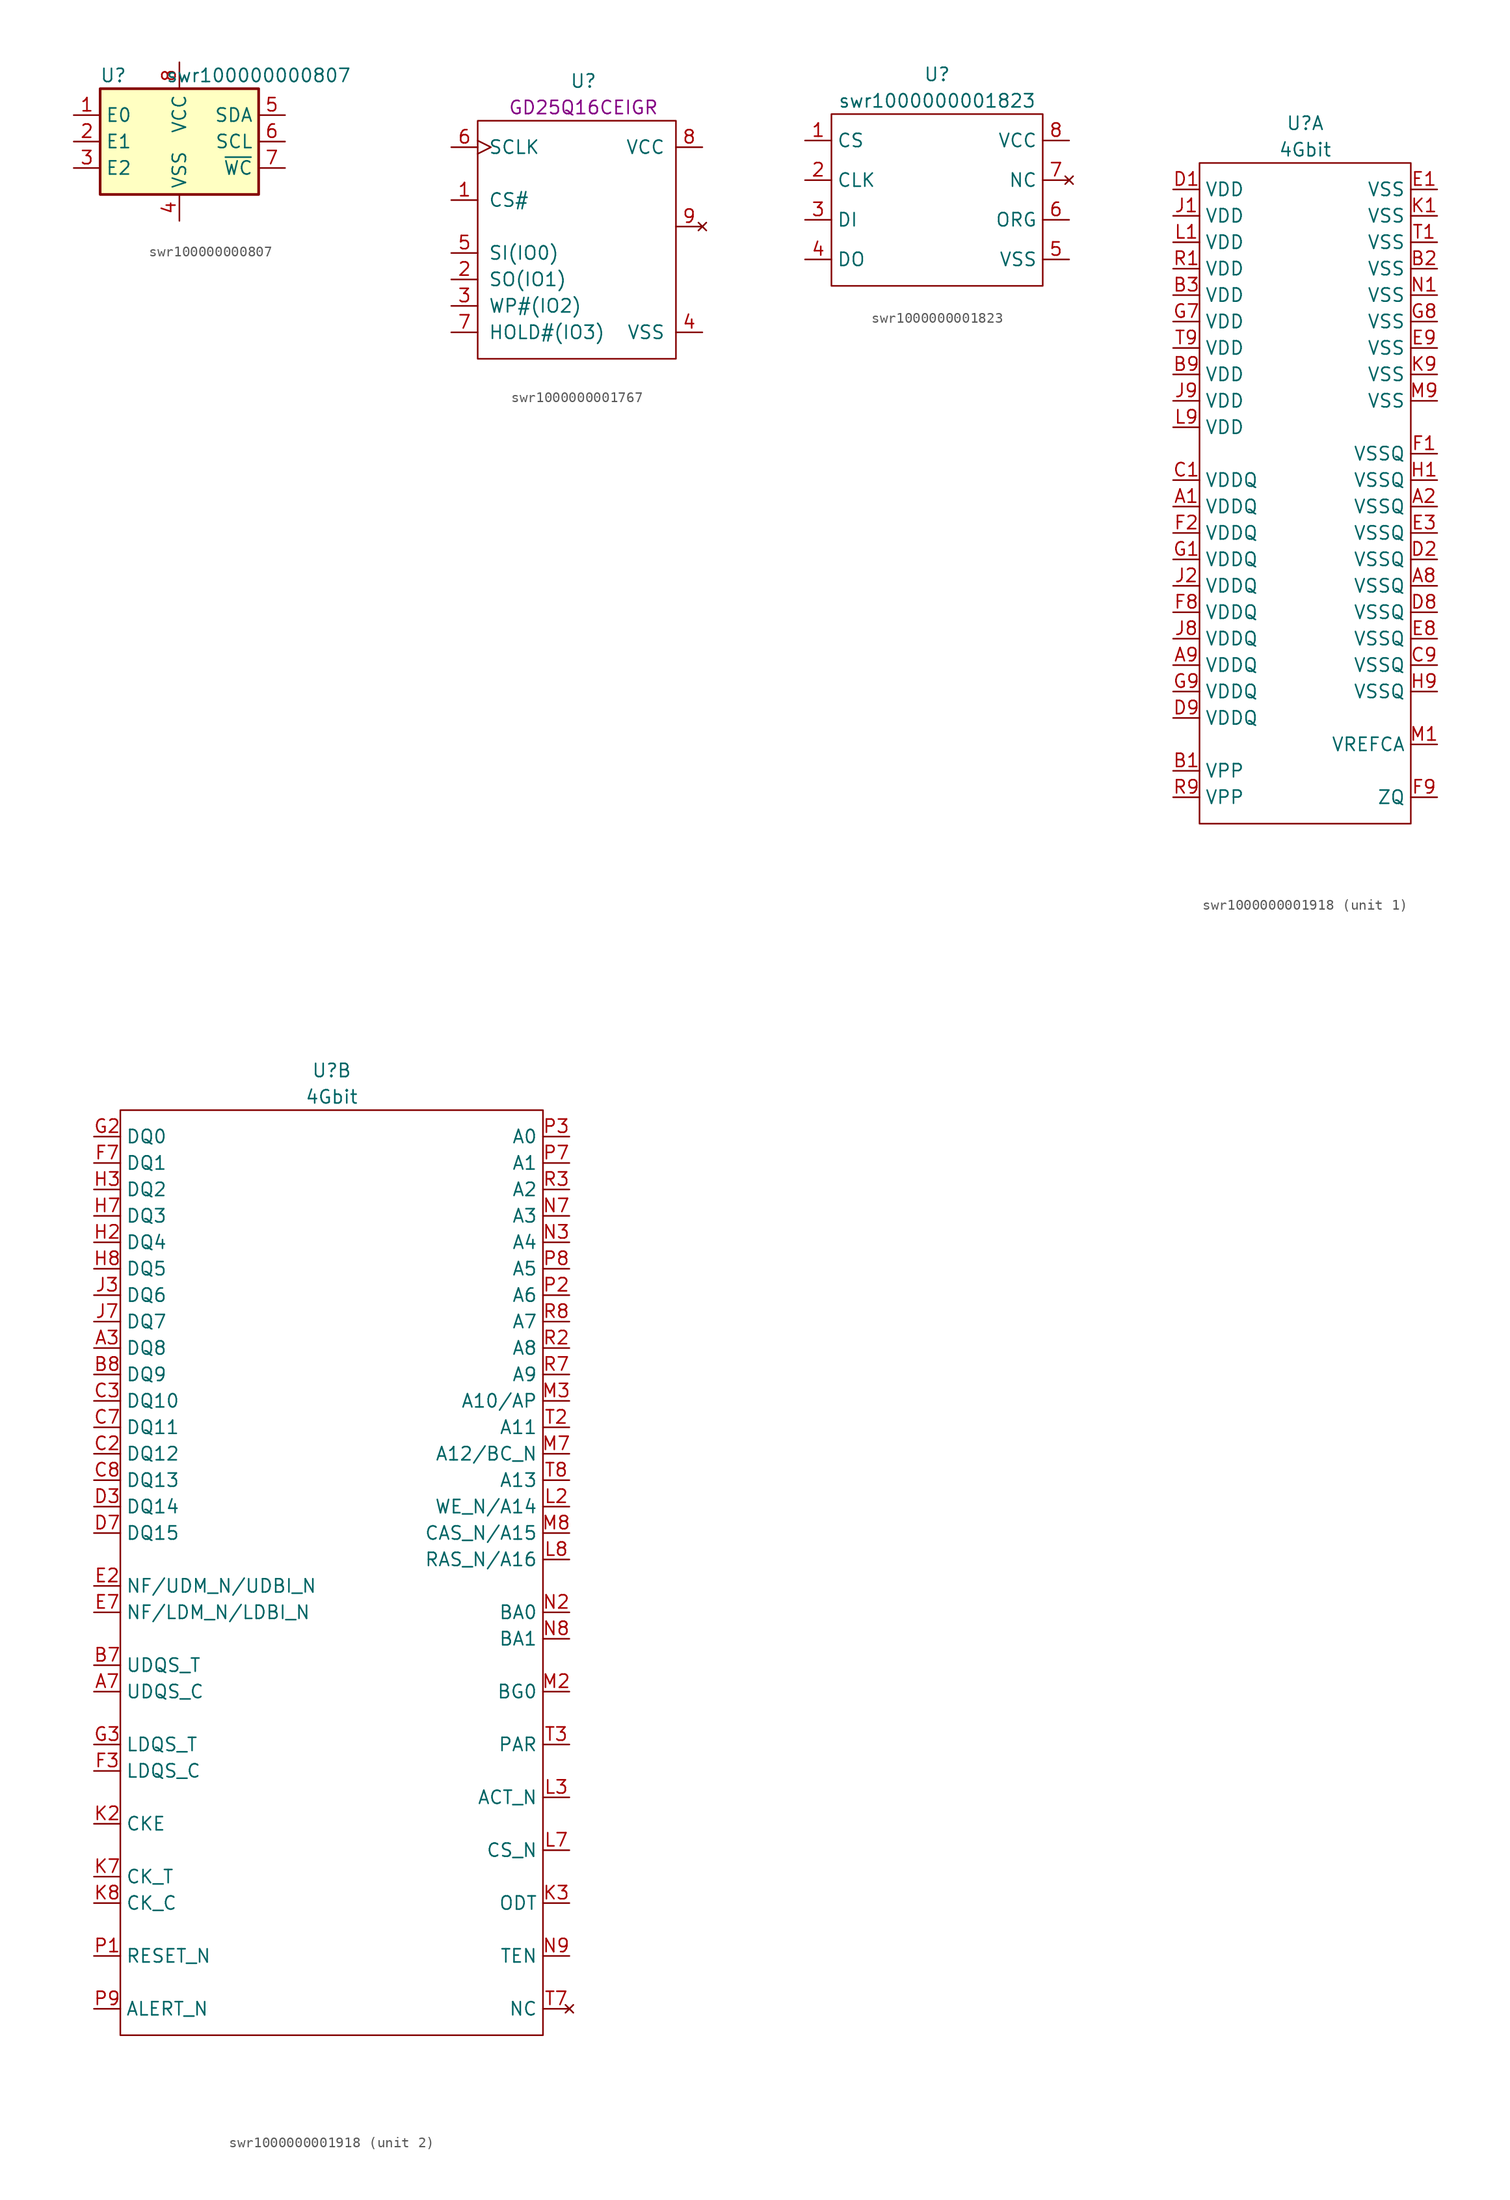
<source format=kicad_sym>
(kicad_symbol_lib
  (version 20220914)
  (generator kicad_symbol_editor)
  (symbol "swr100000000807"
    (property "Reference" "U"
      (at -6.35 6.35 0)
      (effects (font (size 1.27 1.27))))
    (property "Value" "swr100000000807"
      (at 7.62 6.35 0)
      (effects (font (size 1.27 1.27))))
    (symbol "swr100000000807_0_1"
      (rectangle (start -7.62 5.08) (end 7.62 -5.08) (stroke (width 0.254) (type default)) (fill (type background))))
    (symbol "swr100000000807_1_1"
      (pin input line (at -10.16 2.54 0) (length 2.54) (name "E0" (effects (font (size 1.27 1.27)))) (number "1" (effects (font (size 1.27 1.27)))))
      (pin input line (at -10.16 0 0) (length 2.54) (name "E1" (effects (font (size 1.27 1.27)))) (number "2" (effects (font (size 1.27 1.27)))))
      (pin input line (at -10.16 -2.54 0) (length 2.54) (name "E2" (effects (font (size 1.27 1.27)))) (number "3" (effects (font (size 1.27 1.27)))))
      (pin power_in line (at 0 -7.62 90) (length 2.54) (name "VSS" (effects (font (size 1.27 1.27)))) (number "4" (effects (font (size 1.27 1.27)))))
      (pin bidirectional line (at 10.16 2.54 180) (length 2.54) (name "SDA" (effects (font (size 1.27 1.27)))) (number "5" (effects (font (size 1.27 1.27)))))
      (pin input line (at 10.16 0 180) (length 2.54) (name "SCL" (effects (font (size 1.27 1.27)))) (number "6" (effects (font (size 1.27 1.27)))))
      (pin input line (at 10.16 -2.54 180) (length 2.54) (name "~{WC}" (effects (font (size 1.27 1.27)))) (number "7" (effects (font (size 1.27 1.27)))))
      (pin power_in line (at 0 7.62 270) (length 2.54) (name "VCC" (effects (font (size 1.27 1.27)))) (number "8" (effects (font (size 1.27 1.27)))))))
  (symbol "swr1000000001767"
    (pin_names
      (offset 1.016))
    (property "Reference" "U"
      (at 0 3.81 0)
      (effects (font (size 1.27 1.27))))
    (property "PartValue" "GD25Q16CEIGR"
      (at 0 1.27 0)
      (effects (font (size 1.27 1.27))))
    (symbol "swr1000000001767_0_0"
      (pin input line (at -12.7 -7.62 0) (length 2.54) (name "CS#" (effects (font (size 1.27 1.27)))) (number "1" (effects (font (size 1.27 1.27)))))
      (pin bidirectional line (at -12.7 -15.24 0) (length 2.54) (name "SO(IO1)" (effects (font (size 1.27 1.27)))) (number "2" (effects (font (size 1.27 1.27)))))
      (pin bidirectional line (at -12.7 -17.78 0) (length 2.54) (name "WP#(IO2)" (effects (font (size 1.27 1.27)))) (number "3" (effects (font (size 1.27 1.27)))))
      (pin power_in line (at 11.43 -20.32 180) (length 2.54) (name "VSS" (effects (font (size 1.27 1.27)))) (number "4" (effects (font (size 1.27 1.27)))))
      (pin bidirectional line (at -12.7 -12.7 0) (length 2.54) (name "SI(IO0)" (effects (font (size 1.27 1.27)))) (number "5" (effects (font (size 1.27 1.27)))))
      (pin input clock (at -12.7 -2.54 0) (length 2.54) (name "SCLK" (effects (font (size 1.27 1.27)))) (number "6" (effects (font (size 1.27 1.27)))))
      (pin bidirectional line (at -12.7 -20.32 0) (length 2.54) (name "HOLD#(IO3)" (effects (font (size 1.27 1.27)))) (number "7" (effects (font (size 1.27 1.27)))))
      (pin power_in line (at 11.43 -2.54 180) (length 2.54) (name "VCC" (effects (font (size 1.27 1.27)))) (number "8" (effects (font (size 1.27 1.27)))))
      (pin no_connect line (at 11.43 -10.16 180) (length 2.54) (name "~" (effects (font (size 1.27 1.27)))) (number "9" (effects (font (size 1.27 1.27))))))
    (symbol "swr1000000001767_0_1"
      (rectangle (start -10.16 0) (end 8.89 -22.86) (stroke (width 0) (type default)) (fill (type none)))))
  (symbol "swr1000000001823"
    (property "Reference" "U"
      (at 0 3.81 0)
      (effects (font (size 1.27 1.27))))
    (property "Value" "swr1000000001823"
      (at 0 1.27 0)
      (effects (font (size 1.27 1.27))))
    (symbol "swr1000000001823_0_0"
      (pin unspecified line (at -12.7 -2.54 0) (length 2.54) (name "CS" (effects (font (size 1.27 1.27)))) (number "1" (effects (font (size 1.27 1.27)))))
      (pin unspecified line (at -12.7 -6.35 0) (length 2.54) (name "CLK" (effects (font (size 1.27 1.27)))) (number "2" (effects (font (size 1.27 1.27)))))
      (pin unspecified line (at -12.7 -10.16 0) (length 2.54) (name "DI" (effects (font (size 1.27 1.27)))) (number "3" (effects (font (size 1.27 1.27)))))
      (pin unspecified line (at -12.7 -13.97 0) (length 2.54) (name "DO" (effects (font (size 1.27 1.27)))) (number "4" (effects (font (size 1.27 1.27)))))
      (pin unspecified line (at 12.7 -13.97 180) (length 2.54) (name "VSS" (effects (font (size 1.27 1.27)))) (number "5" (effects (font (size 1.27 1.27)))))
      (pin unspecified line (at 12.7 -10.16 180) (length 2.54) (name "ORG" (effects (font (size 1.27 1.27)))) (number "6" (effects (font (size 1.27 1.27)))))
      (pin no_connect line (at 12.7 -6.35 180) (length 2.54) (name "NC" (effects (font (size 1.27 1.27)))) (number "7" (effects (font (size 1.27 1.27)))))
      (pin unspecified line (at 12.7 -2.54 180) (length 2.54) (name "VCC" (effects (font (size 1.27 1.27)))) (number "8" (effects (font (size 1.27 1.27))))))
    (symbol "swr1000000001823_0_1"
      (rectangle (start -10.16 0) (end 10.16 -16.51) (stroke (width 0) (type default)) (fill (type none)))))
  (symbol "swr1000000001918"
    (property "Reference" "U"
      (at 0 3.81 0)
      (effects (font (size 1.27 1.27))))
    (property "Value" "4Gbit"
      (at 0 1.27 0)
      (effects (font (size 1.27 1.27))))
    (property "ki_locked" ""
      (at 0 0 0)
      (effects (font (size 1.27 1.27))))
    (symbol "swr1000000001918_1_1"
      (rectangle (start -10.16 0) (end 10.16 -63.5) (stroke (width 0) (type default)) (fill (type none)))
      (pin unspecified line (at -12.7 -33.02 0) (length 2.54) (name "VDDQ" (effects (font (size 1.27 1.27)))) (number "A1" (effects (font (size 1.27 1.27)))))
      (pin unspecified line (at 12.7 -33.02 180) (length 2.54) (name "VSSQ" (effects (font (size 1.27 1.27)))) (number "A2" (effects (font (size 1.27 1.27)))))
      (pin unspecified line (at 12.7 -40.64 180) (length 2.54) (name "VSSQ" (effects (font (size 1.27 1.27)))) (number "A8" (effects (font (size 1.27 1.27)))))
      (pin unspecified line (at -12.7 -48.26 0) (length 2.54) (name "VDDQ" (effects (font (size 1.27 1.27)))) (number "A9" (effects (font (size 1.27 1.27)))))
      (pin unspecified line (at -12.7 -58.42 0) (length 2.54) (name "VPP" (effects (font (size 1.27 1.27)))) (number "B1" (effects (font (size 1.27 1.27)))))
      (pin unspecified line (at 12.7 -10.16 180) (length 2.54) (name "VSS" (effects (font (size 1.27 1.27)))) (number "B2" (effects (font (size 1.27 1.27)))))
      (pin unspecified line (at -12.7 -12.7 0) (length 2.54) (name "VDD" (effects (font (size 1.27 1.27)))) (number "B3" (effects (font (size 1.27 1.27)))))
      (pin unspecified line (at -12.7 -20.32 0) (length 2.54) (name "VDD" (effects (font (size 1.27 1.27)))) (number "B9" (effects (font (size 1.27 1.27)))))
      (pin unspecified line (at -12.7 -30.48 0) (length 2.54) (name "VDDQ" (effects (font (size 1.27 1.27)))) (number "C1" (effects (font (size 1.27 1.27)))))
      (pin unspecified line (at 12.7 -48.26 180) (length 2.54) (name "VSSQ" (effects (font (size 1.27 1.27)))) (number "C9" (effects (font (size 1.27 1.27)))))
      (pin unspecified line (at -12.7 -2.54 0) (length 2.54) (name "VDD" (effects (font (size 1.27 1.27)))) (number "D1" (effects (font (size 1.27 1.27)))))
      (pin unspecified line (at 12.7 -38.1 180) (length 2.54) (name "VSSQ" (effects (font (size 1.27 1.27)))) (number "D2" (effects (font (size 1.27 1.27)))))
      (pin unspecified line (at 12.7 -43.18 180) (length 2.54) (name "VSSQ" (effects (font (size 1.27 1.27)))) (number "D8" (effects (font (size 1.27 1.27)))))
      (pin unspecified line (at -12.7 -53.34 0) (length 2.54) (name "VDDQ" (effects (font (size 1.27 1.27)))) (number "D9" (effects (font (size 1.27 1.27)))))
      (pin unspecified line (at 12.7 -2.54 180) (length 2.54) (name "VSS" (effects (font (size 1.27 1.27)))) (number "E1" (effects (font (size 1.27 1.27)))))
      (pin unspecified line (at 12.7 -35.56 180) (length 2.54) (name "VSSQ" (effects (font (size 1.27 1.27)))) (number "E3" (effects (font (size 1.27 1.27)))))
      (pin unspecified line (at 12.7 -45.72 180) (length 2.54) (name "VSSQ" (effects (font (size 1.27 1.27)))) (number "E8" (effects (font (size 1.27 1.27)))))
      (pin unspecified line (at 12.7 -17.78 180) (length 2.54) (name "VSS" (effects (font (size 1.27 1.27)))) (number "E9" (effects (font (size 1.27 1.27)))))
      (pin unspecified line (at 12.7 -27.94 180) (length 2.54) (name "VSSQ" (effects (font (size 1.27 1.27)))) (number "F1" (effects (font (size 1.27 1.27)))))
      (pin unspecified line (at -12.7 -35.56 0) (length 2.54) (name "VDDQ" (effects (font (size 1.27 1.27)))) (number "F2" (effects (font (size 1.27 1.27)))))
      (pin unspecified line (at -12.7 -43.18 0) (length 2.54) (name "VDDQ" (effects (font (size 1.27 1.27)))) (number "F8" (effects (font (size 1.27 1.27)))))
      (pin unspecified line (at 12.7 -60.96 180) (length 2.54) (name "ZQ" (effects (font (size 1.27 1.27)))) (number "F9" (effects (font (size 1.27 1.27)))))
      (pin unspecified line (at -12.7 -38.1 0) (length 2.54) (name "VDDQ" (effects (font (size 1.27 1.27)))) (number "G1" (effects (font (size 1.27 1.27)))))
      (pin unspecified line (at -12.7 -15.24 0) (length 2.54) (name "VDD" (effects (font (size 1.27 1.27)))) (number "G7" (effects (font (size 1.27 1.27)))))
      (pin unspecified line (at 12.7 -15.24 180) (length 2.54) (name "VSS" (effects (font (size 1.27 1.27)))) (number "G8" (effects (font (size 1.27 1.27)))))
      (pin unspecified line (at -12.7 -50.8 0) (length 2.54) (name "VDDQ" (effects (font (size 1.27 1.27)))) (number "G9" (effects (font (size 1.27 1.27)))))
      (pin unspecified line (at 12.7 -30.48 180) (length 2.54) (name "VSSQ" (effects (font (size 1.27 1.27)))) (number "H1" (effects (font (size 1.27 1.27)))))
      (pin unspecified line (at 12.7 -50.8 180) (length 2.54) (name "VSSQ" (effects (font (size 1.27 1.27)))) (number "H9" (effects (font (size 1.27 1.27)))))
      (pin unspecified line (at -12.7 -5.08 0) (length 2.54) (name "VDD" (effects (font (size 1.27 1.27)))) (number "J1" (effects (font (size 1.27 1.27)))))
      (pin unspecified line (at -12.7 -40.64 0) (length 2.54) (name "VDDQ" (effects (font (size 1.27 1.27)))) (number "J2" (effects (font (size 1.27 1.27)))))
      (pin unspecified line (at -12.7 -45.72 0) (length 2.54) (name "VDDQ" (effects (font (size 1.27 1.27)))) (number "J8" (effects (font (size 1.27 1.27)))))
      (pin unspecified line (at -12.7 -22.86 0) (length 2.54) (name "VDD" (effects (font (size 1.27 1.27)))) (number "J9" (effects (font (size 1.27 1.27)))))
      (pin unspecified line (at 12.7 -5.08 180) (length 2.54) (name "VSS" (effects (font (size 1.27 1.27)))) (number "K1" (effects (font (size 1.27 1.27)))))
      (pin unspecified line (at 12.7 -20.32 180) (length 2.54) (name "VSS" (effects (font (size 1.27 1.27)))) (number "K9" (effects (font (size 1.27 1.27)))))
      (pin unspecified line (at -12.7 -7.62 0) (length 2.54) (name "VDD" (effects (font (size 1.27 1.27)))) (number "L1" (effects (font (size 1.27 1.27)))))
      (pin unspecified line (at -12.7 -25.4 0) (length 2.54) (name "VDD" (effects (font (size 1.27 1.27)))) (number "L9" (effects (font (size 1.27 1.27)))))
      (pin unspecified line (at 12.7 -55.88 180) (length 2.54) (name "VREFCA" (effects (font (size 1.27 1.27)))) (number "M1" (effects (font (size 1.27 1.27)))))
      (pin unspecified line (at 12.7 -22.86 180) (length 2.54) (name "VSS" (effects (font (size 1.27 1.27)))) (number "M9" (effects (font (size 1.27 1.27)))))
      (pin unspecified line (at 12.7 -12.7 180) (length 2.54) (name "VSS" (effects (font (size 1.27 1.27)))) (number "N1" (effects (font (size 1.27 1.27)))))
      (pin unspecified line (at -12.7 -10.16 0) (length 2.54) (name "VDD" (effects (font (size 1.27 1.27)))) (number "R1" (effects (font (size 1.27 1.27)))))
      (pin unspecified line (at -12.7 -60.96 0) (length 2.54) (name "VPP" (effects (font (size 1.27 1.27)))) (number "R9" (effects (font (size 1.27 1.27)))))
      (pin unspecified line (at 12.7 -7.62 180) (length 2.54) (name "VSS" (effects (font (size 1.27 1.27)))) (number "T1" (effects (font (size 1.27 1.27)))))
      (pin unspecified line (at -12.7 -17.78 0) (length 2.54) (name "VDD" (effects (font (size 1.27 1.27)))) (number "T9" (effects (font (size 1.27 1.27))))))
    (symbol "swr1000000001918_2_1"
      (rectangle (start -20.32 0) (end 20.32 -88.9) (stroke (width 0) (type default)) (fill (type none)))
      (pin unspecified line (at -22.86 -22.86 0) (length 2.54) (name "DQ8" (effects (font (size 1.27 1.27)))) (number "A3" (effects (font (size 1.27 1.27)))))
      (pin unspecified line (at -22.86 -55.88 0) (length 2.54) (name "UDQS_C" (effects (font (size 1.27 1.27)))) (number "A7" (effects (font (size 1.27 1.27)))))
      (pin unspecified line (at -22.86 -53.34 0) (length 2.54) (name "UDQS_T" (effects (font (size 1.27 1.27)))) (number "B7" (effects (font (size 1.27 1.27)))))
      (pin unspecified line (at -22.86 -25.4 0) (length 2.54) (name "DQ9" (effects (font (size 1.27 1.27)))) (number "B8" (effects (font (size 1.27 1.27)))))
      (pin unspecified line (at -22.86 -33.02 0) (length 2.54) (name "DQ12" (effects (font (size 1.27 1.27)))) (number "C2" (effects (font (size 1.27 1.27)))))
      (pin unspecified line (at -22.86 -27.94 0) (length 2.54) (name "DQ10" (effects (font (size 1.27 1.27)))) (number "C3" (effects (font (size 1.27 1.27)))))
      (pin unspecified line (at -22.86 -30.48 0) (length 2.54) (name "DQ11" (effects (font (size 1.27 1.27)))) (number "C7" (effects (font (size 1.27 1.27)))))
      (pin unspecified line (at -22.86 -35.56 0) (length 2.54) (name "DQ13" (effects (font (size 1.27 1.27)))) (number "C8" (effects (font (size 1.27 1.27)))))
      (pin unspecified line (at -22.86 -38.1 0) (length 2.54) (name "DQ14" (effects (font (size 1.27 1.27)))) (number "D3" (effects (font (size 1.27 1.27)))))
      (pin unspecified line (at -22.86 -40.64 0) (length 2.54) (name "DQ15" (effects (font (size 1.27 1.27)))) (number "D7" (effects (font (size 1.27 1.27)))))
      (pin unspecified line (at -22.86 -45.72 0) (length 2.54) (name "NF/UDM_N/UDBI_N" (effects (font (size 1.27 1.27)))) (number "E2" (effects (font (size 1.27 1.27)))))
      (pin unspecified line (at -22.86 -48.26 0) (length 2.54) (name "NF/LDM_N/LDBI_N" (effects (font (size 1.27 1.27)))) (number "E7" (effects (font (size 1.27 1.27)))))
      (pin unspecified line (at -22.86 -63.5 0) (length 2.54) (name "LDQS_C" (effects (font (size 1.27 1.27)))) (number "F3" (effects (font (size 1.27 1.27)))))
      (pin unspecified line (at -22.86 -5.08 0) (length 2.54) (name "DQ1" (effects (font (size 1.27 1.27)))) (number "F7" (effects (font (size 1.27 1.27)))))
      (pin unspecified line (at -22.86 -2.54 0) (length 2.54) (name "DQ0" (effects (font (size 1.27 1.27)))) (number "G2" (effects (font (size 1.27 1.27)))))
      (pin unspecified line (at -22.86 -60.96 0) (length 2.54) (name "LDQS_T" (effects (font (size 1.27 1.27)))) (number "G3" (effects (font (size 1.27 1.27)))))
      (pin unspecified line (at -22.86 -12.7 0) (length 2.54) (name "DQ4" (effects (font (size 1.27 1.27)))) (number "H2" (effects (font (size 1.27 1.27)))))
      (pin unspecified line (at -22.86 -7.62 0) (length 2.54) (name "DQ2" (effects (font (size 1.27 1.27)))) (number "H3" (effects (font (size 1.27 1.27)))))
      (pin unspecified line (at -22.86 -10.16 0) (length 2.54) (name "DQ3" (effects (font (size 1.27 1.27)))) (number "H7" (effects (font (size 1.27 1.27)))))
      (pin unspecified line (at -22.86 -15.24 0) (length 2.54) (name "DQ5" (effects (font (size 1.27 1.27)))) (number "H8" (effects (font (size 1.27 1.27)))))
      (pin unspecified line (at -22.86 -17.78 0) (length 2.54) (name "DQ6" (effects (font (size 1.27 1.27)))) (number "J3" (effects (font (size 1.27 1.27)))))
      (pin unspecified line (at -22.86 -20.32 0) (length 2.54) (name "DQ7" (effects (font (size 1.27 1.27)))) (number "J7" (effects (font (size 1.27 1.27)))))
      (pin unspecified line (at -22.86 -68.58 0) (length 2.54) (name "CKE" (effects (font (size 1.27 1.27)))) (number "K2" (effects (font (size 1.27 1.27)))))
      (pin unspecified line (at 22.86 -76.2 180) (length 2.54) (name "ODT" (effects (font (size 1.27 1.27)))) (number "K3" (effects (font (size 1.27 1.27)))))
      (pin unspecified line (at -22.86 -73.66 0) (length 2.54) (name "CK_T" (effects (font (size 1.27 1.27)))) (number "K7" (effects (font (size 1.27 1.27)))))
      (pin unspecified line (at -22.86 -76.2 0) (length 2.54) (name "CK_C" (effects (font (size 1.27 1.27)))) (number "K8" (effects (font (size 1.27 1.27)))))
      (pin unspecified line (at 22.86 -38.1 180) (length 2.54) (name "WE_N/A14" (effects (font (size 1.27 1.27)))) (number "L2" (effects (font (size 1.27 1.27)))))
      (pin unspecified line (at 22.86 -66.04 180) (length 2.54) (name "ACT_N" (effects (font (size 1.27 1.27)))) (number "L3" (effects (font (size 1.27 1.27)))))
      (pin unspecified line (at 22.86 -71.12 180) (length 2.54) (name "CS_N" (effects (font (size 1.27 1.27)))) (number "L7" (effects (font (size 1.27 1.27)))))
      (pin unspecified line (at 22.86 -43.18 180) (length 2.54) (name "RAS_N/A16" (effects (font (size 1.27 1.27)))) (number "L8" (effects (font (size 1.27 1.27)))))
      (pin unspecified line (at 22.86 -55.88 180) (length 2.54) (name "BG0" (effects (font (size 1.27 1.27)))) (number "M2" (effects (font (size 1.27 1.27)))))
      (pin unspecified line (at 22.86 -27.94 180) (length 2.54) (name "A10/AP" (effects (font (size 1.27 1.27)))) (number "M3" (effects (font (size 1.27 1.27)))))
      (pin unspecified line (at 22.86 -33.02 180) (length 2.54) (name "A12/BC_N" (effects (font (size 1.27 1.27)))) (number "M7" (effects (font (size 1.27 1.27)))))
      (pin unspecified line (at 22.86 -40.64 180) (length 2.54) (name "CAS_N/A15" (effects (font (size 1.27 1.27)))) (number "M8" (effects (font (size 1.27 1.27)))))
      (pin unspecified line (at 22.86 -48.26 180) (length 2.54) (name "BA0" (effects (font (size 1.27 1.27)))) (number "N2" (effects (font (size 1.27 1.27)))))
      (pin unspecified line (at 22.86 -12.7 180) (length 2.54) (name "A4" (effects (font (size 1.27 1.27)))) (number "N3" (effects (font (size 1.27 1.27)))))
      (pin unspecified line (at 22.86 -10.16 180) (length 2.54) (name "A3" (effects (font (size 1.27 1.27)))) (number "N7" (effects (font (size 1.27 1.27)))))
      (pin unspecified line (at 22.86 -50.8 180) (length 2.54) (name "BA1" (effects (font (size 1.27 1.27)))) (number "N8" (effects (font (size 1.27 1.27)))))
      (pin unspecified line (at 22.86 -81.28 180) (length 2.54) (name "TEN" (effects (font (size 1.27 1.27)))) (number "N9" (effects (font (size 1.27 1.27)))))
      (pin unspecified line (at -22.86 -81.28 0) (length 2.54) (name "RESET_N" (effects (font (size 1.27 1.27)))) (number "P1" (effects (font (size 1.27 1.27)))))
      (pin unspecified line (at 22.86 -17.78 180) (length 2.54) (name "A6" (effects (font (size 1.27 1.27)))) (number "P2" (effects (font (size 1.27 1.27)))))
      (pin unspecified line (at 22.86 -2.54 180) (length 2.54) (name "A0" (effects (font (size 1.27 1.27)))) (number "P3" (effects (font (size 1.27 1.27)))))
      (pin unspecified line (at 22.86 -5.08 180) (length 2.54) (name "A1" (effects (font (size 1.27 1.27)))) (number "P7" (effects (font (size 1.27 1.27)))))
      (pin unspecified line (at 22.86 -15.24 180) (length 2.54) (name "A5" (effects (font (size 1.27 1.27)))) (number "P8" (effects (font (size 1.27 1.27)))))
      (pin unspecified line (at -22.86 -86.36 0) (length 2.54) (name "ALERT_N" (effects (font (size 1.27 1.27)))) (number "P9" (effects (font (size 1.27 1.27)))))
      (pin unspecified line (at 22.86 -22.86 180) (length 2.54) (name "A8" (effects (font (size 1.27 1.27)))) (number "R2" (effects (font (size 1.27 1.27)))))
      (pin unspecified line (at 22.86 -7.62 180) (length 2.54) (name "A2" (effects (font (size 1.27 1.27)))) (number "R3" (effects (font (size 1.27 1.27)))))
      (pin unspecified line (at 22.86 -25.4 180) (length 2.54) (name "A9" (effects (font (size 1.27 1.27)))) (number "R7" (effects (font (size 1.27 1.27)))))
      (pin unspecified line (at 22.86 -20.32 180) (length 2.54) (name "A7" (effects (font (size 1.27 1.27)))) (number "R8" (effects (font (size 1.27 1.27)))))
      (pin unspecified line (at 22.86 -30.48 180) (length 2.54) (name "A11" (effects (font (size 1.27 1.27)))) (number "T2" (effects (font (size 1.27 1.27)))))
      (pin unspecified line (at 22.86 -60.96 180) (length 2.54) (name "PAR" (effects (font (size 1.27 1.27)))) (number "T3" (effects (font (size 1.27 1.27)))))
      (pin no_connect line (at 22.86 -86.36 180) (length 2.54) (name "NC" (effects (font (size 1.27 1.27)))) (number "T7" (effects (font (size 1.27 1.27)))))
      (pin unspecified line (at 22.86 -35.56 180) (length 2.54) (name "A13" (effects (font (size 1.27 1.27)))) (number "T8" (effects (font (size 1.27 1.27))))))))
</source>
